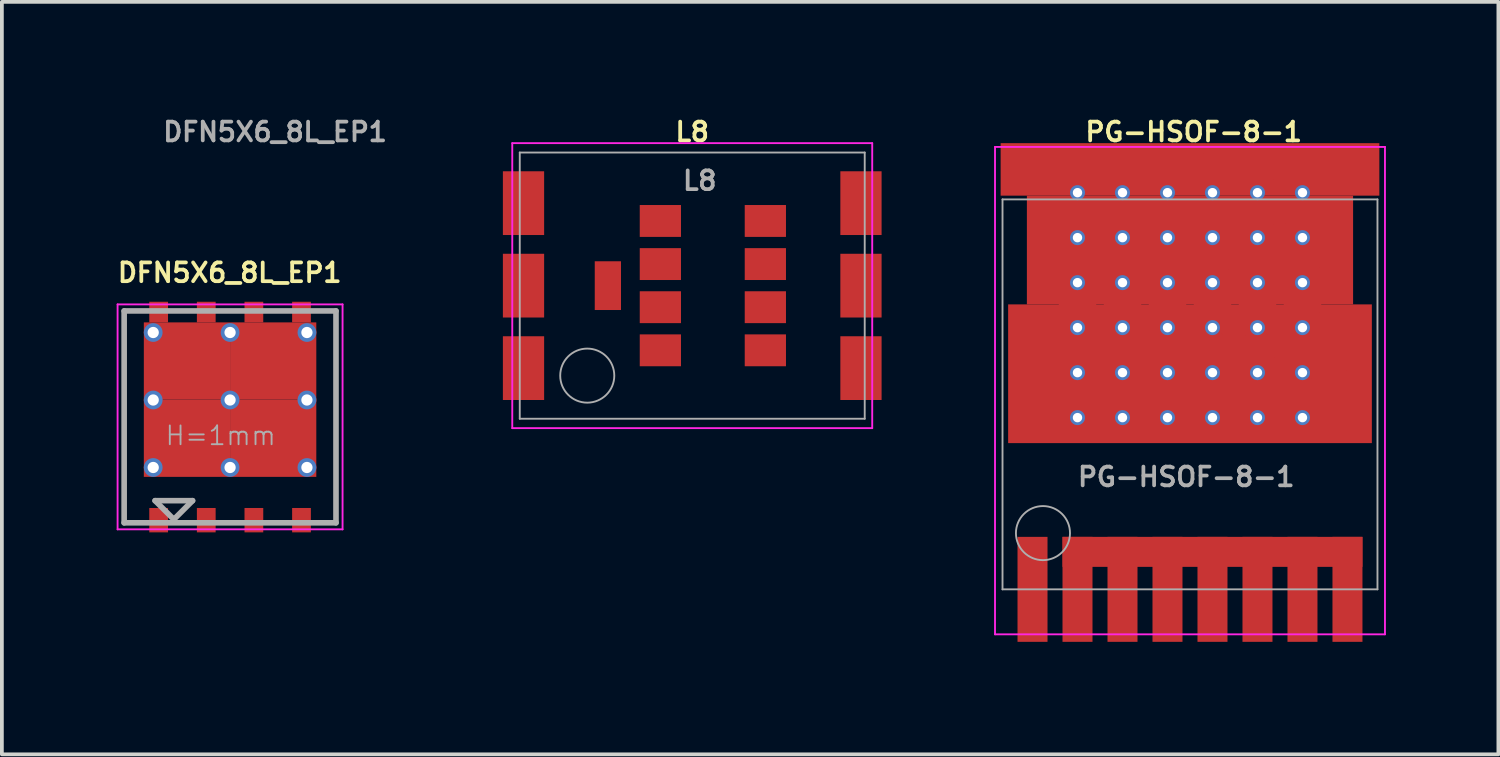
<source format=kicad_pcb>
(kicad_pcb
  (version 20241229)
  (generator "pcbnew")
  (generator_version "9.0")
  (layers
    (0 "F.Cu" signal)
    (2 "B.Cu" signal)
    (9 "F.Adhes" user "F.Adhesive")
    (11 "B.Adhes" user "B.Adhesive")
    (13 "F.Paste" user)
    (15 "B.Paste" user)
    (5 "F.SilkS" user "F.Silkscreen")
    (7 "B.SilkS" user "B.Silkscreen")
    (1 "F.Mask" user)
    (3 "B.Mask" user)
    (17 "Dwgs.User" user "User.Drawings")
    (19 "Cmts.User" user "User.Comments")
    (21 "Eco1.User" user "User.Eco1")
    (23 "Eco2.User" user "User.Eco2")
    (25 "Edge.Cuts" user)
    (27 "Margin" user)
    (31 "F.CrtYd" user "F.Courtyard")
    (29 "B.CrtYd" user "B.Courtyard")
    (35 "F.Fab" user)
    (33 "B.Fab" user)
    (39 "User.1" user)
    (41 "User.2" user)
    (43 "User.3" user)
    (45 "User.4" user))
  (footprint "DFN5X6_8L_EP1"
    (layer "F.Cu")
    (at 3.086 8.068)
    (property "Reference" "DFN5X6_8L_EP1" (at -0.01 -3.845 0) (layer "F.SilkS") (effects (font (size 0.5 0.5) (thickness 0.1))))
    (attr smd)
    (fp_line (start -3 3) (end -3 -3) (stroke (width 0.05) (type solid)) (layer "F.CrtYd"))
    (fp_line (start 3 -3) (end -3 -3) (stroke (width 0.05) (type solid)) (layer "F.CrtYd"))
    (fp_line (start 3 -3) (end 3 3) (stroke (width 0.05) (type solid)) (layer "F.CrtYd"))
    (fp_line (start 3 3) (end -3 3) (stroke (width 0.05) (type solid)) (layer "F.CrtYd"))
    (fp_line (start -2.825 -2.825) (end -2.825 2.825) (stroke (width 0.15) (type solid)) (layer "F.Fab"))
    (fp_line (start -2.825 2.825) (end 2.825 2.825) (stroke (width 0.15) (type solid)) (layer "F.Fab"))
    (fp_line (start -2 2.235) (end -1.5 2.735) (stroke (width 0.15) (type solid)) (layer "F.Fab"))
    (fp_line (start -1.5 2.735) (end -1 2.235) (stroke (width 0.15) (type solid)) (layer "F.Fab"))
    (fp_line (start -1 2.235) (end -2 2.235) (stroke (width 0.15) (type solid)) (layer "F.Fab"))
    (fp_line (start 2.825 -2.825) (end -2.825 -2.825) (stroke (width 0.15) (type solid)) (layer "F.Fab"))
    (fp_line (start 2.825 2.825) (end 2.825 -2.825) (stroke (width 0.15) (type solid)) (layer "F.Fab"))
    (fp_text user "H=1mm" (at -0.25 0.5 0) (layer "F.Fab") (effects (font (size 0.5 0.5) (thickness 0.05))))
    (fp_text user "${REFERENCE}" (at 1.2 -7.6 0) (layer "F.Fab") (effects (font (size 0.5 0.5) (thickness 0.1))))
    (pad "1" smd rect (at -1.905 2.755) (size 0.5 0.65) (layers "F.Cu" "F.Mask" "F.Paste"))
    (pad "1" smd rect (at -0.635 2.755) (size 0.5 0.65) (layers "F.Cu" "F.Mask" "F.Paste"))
    (pad "1" smd rect (at 0.635 2.755) (size 0.5 0.65) (layers "F.Cu" "F.Mask" "F.Paste"))
    (pad "4" smd rect (at 1.905 2.755) (size 0.5 0.65) (layers "F.Cu" "F.Mask" "F.Paste"))
    (pad "5" thru_hole circle (at -2.05 -2.25) (size 0.5 0.5) (drill 0.3) (layers "*.Cu"))
    (pad "5" thru_hole circle (at -2.05 -0.45) (size 0.5 0.5) (drill 0.3) (layers "*.Cu"))
    (pad "5" thru_hole circle (at -2.05 1.35) (size 0.5 0.5) (drill 0.3) (layers "*.Cu"))
    (pad "5" smd rect (at -1.905 -2.795) (size 0.5 0.55) (layers "F.Cu" "F.Mask" "F.Paste"))
    (pad "5" smd rect (at -1.15 -1.49) (size 2.3 2.06) (layers "F.Cu" "F.Mask" "F.Paste"))
    (pad "5" smd rect (at -1.15 0.57) (size 2.3 2.06) (layers "F.Cu" "F.Mask" "F.Paste"))
    (pad "5" smd rect (at -0.635 -2.795) (size 0.5 0.55) (layers "F.Cu" "F.Mask" "F.Paste"))
    (pad "5" thru_hole circle (at 0 -2.25) (size 0.5 0.5) (drill 0.3) (layers "*.Cu"))
    (pad "5" thru_hole circle (at 0 -0.45) (size 0.5 0.5) (drill 0.3) (layers "*.Cu"))
    (pad "5" thru_hole circle (at 0 1.35) (size 0.5 0.5) (drill 0.3) (layers "*.Cu"))
    (pad "5" smd rect (at 0.635 -2.795) (size 0.5 0.55) (layers "F.Cu" "F.Mask" "F.Paste"))
    (pad "5" smd rect (at 1.15 -1.49) (size 2.3 2.06) (layers "F.Cu" "F.Mask" "F.Paste"))
    (pad "5" smd rect (at 1.15 0.57) (size 2.3 2.06) (layers "F.Cu" "F.Mask" "F.Paste"))
    (pad "5" smd rect (at 1.905 -2.795) (size 0.5 0.55) (layers "F.Cu" "F.Mask" "F.Paste"))
    (pad "5" thru_hole circle (at 2.05 -2.25) (size 0.5 0.5) (drill 0.3) (layers "*.Cu"))
    (pad "5" thru_hole circle (at 2.05 -0.45) (size 0.5 0.5) (drill 0.3) (layers "*.Cu"))
    (pad "5" thru_hole circle (at 2.05 1.35) (size 0.5 0.5) (drill 0.3) (layers "*.Cu")))
  (footprint "PG-HSOF-8-1"
    (layer "F.Cu")
    (at 28.687 7.468)
    (property "Reference" "PG-HSOF-8-1" (at 0.1 -7 0) (layer "F.SilkS") (effects (font (size 0.5 0.5) (thickness 0.1))))
    (attr smd)
    (fp_line (start -5.2 -6.6) (end 5.2 -6.6) (stroke (width 0.05) (type solid)) (layer "F.CrtYd"))
    (fp_line (start -5.2 6.4) (end -5.2 -6.6) (stroke (width 0.05) (type solid)) (layer "F.CrtYd"))
    (fp_line (start 5.2 -6.6) (end 5.2 6.4) (stroke (width 0.05) (type solid)) (layer "F.CrtYd"))
    (fp_line (start 5.2 6.4) (end -5.2 6.4) (stroke (width 0.05) (type solid)) (layer "F.CrtYd"))
    (fp_line (start -5 -5.2) (end 5 -5.2) (stroke (width 0.05) (type solid)) (layer "F.Fab"))
    (fp_line (start -5 5.2) (end -5 -5.2) (stroke (width 0.05) (type solid)) (layer "F.Fab"))
    (fp_line (start 5 -5.2) (end 5 5.2) (stroke (width 0.05) (type solid)) (layer "F.Fab"))
    (fp_line (start 5 5.2) (end -5 5.2) (stroke (width 0.05) (type solid)) (layer "F.Fab"))
    (fp_circle (center -3.921 3.7) (end -3.321 3.3) (stroke (width 0.05) (type solid)) (fill no) (layer "F.Fab"))
    (fp_text user "${REFERENCE}" (at -0.1 2.2 0) (layer "F.Fab") (effects (font (size 0.5 0.5) (thickness 0.1))))
    (pad "D" smd circle (at -4.2 -5.93) (size 1 1) (layers "F.Cu" "F.Mask" "F.Paste"))
    (pad "D" smd circle (at -4.2 -1.13) (size 1 1) (layers "F.Cu" "F.Mask" "F.Paste"))
    (pad "D" smd circle (at -4.2 0.02) (size 1 1) (layers "F.Cu" "F.Mask" "F.Paste"))
    (pad "D" smd circle (at -3 -5.98) (size 1 1) (layers "F.Cu" "F.Paste"))
    (pad "D" thru_hole circle (at -3 -5.38) (size 0.4 0.4) (drill 0.25) (layers "*.Cu"))
    (pad "D" smd circle (at -3 -4.78) (size 1 1) (layers "F.Cu" "F.Paste"))
    (pad "D" thru_hole circle (at -3 -4.18) (size 0.4 0.4) (drill 0.25) (layers "*.Cu"))
    (pad "D" smd circle (at -3 -3.58) (size 1 1) (layers "F.Cu" "F.Paste"))
    (pad "D" thru_hole circle (at -3 -2.98) (size 0.4 0.4) (drill 0.25) (layers "*.Cu"))
    (pad "D" smd circle (at -3 -2.38) (size 1 1) (layers "F.Cu" "F.Paste"))
    (pad "D" thru_hole circle (at -3 -1.78) (size 0.4 0.4) (drill 0.25) (layers "*.Cu"))
    (pad "D" smd circle (at -3 -1.18) (size 1 1) (layers "F.Cu" "F.Paste"))
    (pad "D" thru_hole circle (at -3 -0.58) (size 0.4 0.4) (drill 0.25) (layers "*.Cu"))
    (pad "D" smd circle (at -3 0.02) (size 1 1) (layers "F.Cu" "F.Paste"))
    (pad "D" thru_hole circle (at -3 0.62) (size 0.4 0.4) (drill 0.25) (layers "*.Cu"))
    (pad "D" smd circle (at -1.8 -5.98) (size 1 1) (layers "F.Cu" "F.Paste"))
    (pad "D" thru_hole circle (at -1.8 -5.38) (size 0.4 0.4) (drill 0.25) (layers "*.Cu"))
    (pad "D" smd circle (at -1.8 -4.78) (size 1 1) (layers "F.Cu" "F.Paste"))
    (pad "D" thru_hole circle (at -1.8 -4.18) (size 0.4 0.4) (drill 0.25) (layers "*.Cu"))
    (pad "D" smd circle (at -1.8 -3.58) (size 1 1) (layers "F.Cu" "F.Paste"))
    (pad "D" thru_hole circle (at -1.8 -2.98) (size 0.4 0.4) (drill 0.25) (layers "*.Cu"))
    (pad "D" smd circle (at -1.8 -2.38) (size 1 1) (layers "F.Cu" "F.Paste"))
    (pad "D" thru_hole circle (at -1.8 -1.78) (size 0.4 0.4) (drill 0.25) (layers "*.Cu"))
    (pad "D" smd circle (at -1.8 -1.18) (size 1 1) (layers "F.Cu" "F.Paste"))
    (pad "D" thru_hole circle (at -1.8 -0.58) (size 0.4 0.4) (drill 0.25) (layers "*.Cu"))
    (pad "D" smd circle (at -1.8 0.02) (size 1 1) (layers "F.Cu" "F.Paste"))
    (pad "D" thru_hole circle (at -1.8 0.62) (size 0.4 0.4) (drill 0.25) (layers "*.Cu"))
    (pad "D" smd circle (at -0.6 -5.98) (size 1 1) (layers "F.Cu" "F.Paste"))
    (pad "D" thru_hole circle (at -0.6 -5.38) (size 0.4 0.4) (drill 0.25) (layers "*.Cu"))
    (pad "D" smd circle (at -0.6 -4.78) (size 1 1) (layers "F.Cu" "F.Paste"))
    (pad "D" thru_hole circle (at -0.6 -4.18) (size 0.4 0.4) (drill 0.25) (layers "*.Cu"))
    (pad "D" smd circle (at -0.6 -3.58) (size 1 1) (layers "F.Cu" "F.Paste"))
    (pad "D" thru_hole circle (at -0.6 -2.98) (size 0.4 0.4) (drill 0.25) (layers "*.Cu"))
    (pad "D" smd circle (at -0.6 -2.38) (size 1 1) (layers "F.Cu" "F.Paste"))
    (pad "D" thru_hole circle (at -0.6 -1.78) (size 0.4 0.4) (drill 0.25) (layers "*.Cu"))
    (pad "D" smd circle (at -0.6 -1.18) (size 1 1) (layers "F.Cu" "F.Paste"))
    (pad "D" thru_hole circle (at -0.6 -0.58) (size 0.4 0.4) (drill 0.25) (layers "*.Cu"))
    (pad "D" smd circle (at -0.6 0.02) (size 1 1) (layers "F.Cu" "F.Paste"))
    (pad "D" thru_hole circle (at -0.6 0.62) (size 0.4 0.4) (drill 0.25) (layers "*.Cu"))
    (pad "D" smd rect (at 0 -6) (size 10.1 1.4) (layers "F.Cu" "F.Mask"))
    (pad "D" smd rect (at 0 -3.85) (size 8.7 2.9) (layers "F.Cu" "F.Mask"))
    (pad "D" smd rect (at 0 -0.55) (size 9.7 3.7) (layers "F.Cu" "F.Mask"))
    (pad "D" smd circle (at 0.6 -5.98) (size 1 1) (layers "F.Cu" "F.Paste"))
    (pad "D" thru_hole circle (at 0.6 -5.38) (size 0.4 0.4) (drill 0.25) (layers "*.Cu"))
    (pad "D" smd circle (at 0.6 -4.78) (size 1 1) (layers "F.Cu" "F.Paste"))
    (pad "D" thru_hole circle (at 0.6 -4.18) (size 0.4 0.4) (drill 0.25) (layers "*.Cu"))
    (pad "D" smd circle (at 0.6 -3.58) (size 1 1) (layers "F.Cu" "F.Paste"))
    (pad "D" thru_hole circle (at 0.6 -2.98) (size 0.4 0.4) (drill 0.25) (layers "*.Cu"))
    (pad "D" smd circle (at 0.6 -2.38) (size 1 1) (layers "F.Cu" "F.Paste"))
    (pad "D" thru_hole circle (at 0.6 -1.78) (size 0.4 0.4) (drill 0.25) (layers "*.Cu"))
    (pad "D" smd circle (at 0.6 -1.18) (size 1 1) (layers "F.Cu" "F.Paste"))
    (pad "D" thru_hole circle (at 0.6 -0.58) (size 0.4 0.4) (drill 0.25) (layers "*.Cu"))
    (pad "D" smd circle (at 0.6 0.02) (size 1 1) (layers "F.Cu" "F.Paste"))
    (pad "D" thru_hole circle (at 0.6 0.62) (size 0.4 0.4) (drill 0.25) (layers "*.Cu"))
    (pad "D" smd circle (at 1.8 -5.98) (size 1 1) (layers "F.Cu" "F.Paste"))
    (pad "D" thru_hole circle (at 1.8 -5.38) (size 0.4 0.4) (drill 0.25) (layers "*.Cu"))
    (pad "D" smd circle (at 1.8 -4.78) (size 1 1) (layers "F.Cu" "F.Paste"))
    (pad "D" thru_hole circle (at 1.8 -4.18) (size 0.4 0.4) (drill 0.25) (layers "*.Cu"))
    (pad "D" smd circle (at 1.8 -3.58) (size 1 1) (layers "F.Cu" "F.Paste"))
    (pad "D" thru_hole circle (at 1.8 -2.98) (size 0.4 0.4) (drill 0.25) (layers "*.Cu"))
    (pad "D" smd circle (at 1.8 -2.38) (size 1 1) (layers "F.Cu" "F.Paste"))
    (pad "D" thru_hole circle (at 1.8 -1.78) (size 0.4 0.4) (drill 0.25) (layers "*.Cu"))
    (pad "D" smd circle (at 1.8 -1.18) (size 1 1) (layers "F.Cu" "F.Paste"))
    (pad "D" thru_hole circle (at 1.8 -0.58) (size 0.4 0.4) (drill 0.25) (layers "*.Cu"))
    (pad "D" smd circle (at 1.8 0.02) (size 1 1) (layers "F.Cu" "F.Paste"))
    (pad "D" thru_hole circle (at 1.8 0.62) (size 0.4 0.4) (drill 0.25) (layers "*.Cu"))
    (pad "D" smd circle (at 3 -5.98) (size 1 1) (layers "F.Cu" "F.Paste"))
    (pad "D" thru_hole circle (at 3 -5.38) (size 0.4 0.4) (drill 0.25) (layers "*.Cu"))
    (pad "D" smd circle (at 3 -4.78) (size 1 1) (layers "F.Cu" "F.Paste"))
    (pad "D" thru_hole circle (at 3 -4.18) (size 0.4 0.4) (drill 0.25) (layers "*.Cu"))
    (pad "D" smd circle (at 3 -3.58) (size 1 1) (layers "F.Cu" "F.Paste"))
    (pad "D" thru_hole circle (at 3 -2.98) (size 0.4 0.4) (drill 0.25) (layers "*.Cu"))
    (pad "D" smd circle (at 3 -2.38) (size 1 1) (layers "F.Cu" "F.Paste"))
    (pad "D" thru_hole circle (at 3 -1.78) (size 0.4 0.4) (drill 0.25) (layers "*.Cu"))
    (pad "D" smd circle (at 3 -1.18) (size 1 1) (layers "F.Cu" "F.Paste"))
    (pad "D" thru_hole circle (at 3 -0.58) (size 0.4 0.4) (drill 0.25) (layers "*.Cu"))
    (pad "D" smd circle (at 3 0.02) (size 1 1) (layers "F.Cu" "F.Paste"))
    (pad "D" thru_hole circle (at 3 0.62) (size 0.4 0.4) (drill 0.25) (layers "*.Cu"))
    (pad "D" smd circle (at 4.2 -5.93) (size 1 1) (layers "F.Cu" "F.Mask" "F.Paste"))
    (pad "D" smd circle (at 4.2 -1.13) (size 1 1) (layers "F.Cu" "F.Mask" "F.Paste"))
    (pad "D" smd circle (at 4.2 0.02) (size 1 1) (layers "F.Cu" "F.Mask" "F.Paste"))
    (pad "G" smd rect (at -4.2 5.2) (size 0.8 2.8) (layers "F.Cu" "F.Mask" "F.Paste"))
    (pad "S" smd rect (at -3 5.2) (size 0.8 2.8) (layers "F.Cu" "F.Mask" "F.Paste"))
    (pad "S" smd rect (at -1.8 5.2) (size 0.8 2.8) (layers "F.Cu" "F.Mask" "F.Paste"))
    (pad "S" smd rect (at -0.6 5.2) (size 0.8 2.8) (layers "F.Cu" "F.Mask" "F.Paste"))
    (pad "S" smd rect (at 0.6 4.2) (size 8 0.8) (layers "F.Cu" "F.Mask"))
    (pad "S" smd rect (at 0.6 5.2) (size 0.8 2.8) (layers "F.Cu" "F.Mask" "F.Paste"))
    (pad "S" smd rect (at 1.8 5.2) (size 0.8 2.8) (layers "F.Cu" "F.Mask" "F.Paste"))
    (pad "S" smd rect (at 3 5.2) (size 0.8 2.8) (layers "F.Cu" "F.Mask" "F.Paste"))
    (pad "S" smd rect (at 4.2 5.2) (size 0.8 2.8) (layers "F.Cu" "F.Mask" "F.Paste")))
  (footprint "L8"
    (layer "F.Cu")
    (at 15.412 4.568)
    (property "Reference" "L8" (at 0 -4.1 0) (layer "F.SilkS") (effects (font (size 0.5 0.5) (thickness 0.1))))
    (attr smd)
    (fp_line (start -4.8 -3.8) (end 4.8 -3.8) (stroke (width 0.05) (type solid)) (layer "F.CrtYd"))
    (fp_line (start -4.8 3.8) (end -4.8 -3.8) (stroke (width 0.05) (type solid)) (layer "F.CrtYd"))
    (fp_line (start 4.8 -3.8) (end 4.8 3.8) (stroke (width 0.05) (type solid)) (layer "F.CrtYd"))
    (fp_line (start 4.8 3.8) (end -4.8 3.8) (stroke (width 0.05) (type solid)) (layer "F.CrtYd"))
    (fp_line (start -4.6 -3.55) (end 4.6 -3.55) (stroke (width 0.05) (type solid)) (layer "F.Fab"))
    (fp_line (start -4.6 3.55) (end -4.6 -3.55) (stroke (width 0.05) (type solid)) (layer "F.Fab"))
    (fp_line (start 4.6 -3.55) (end 4.6 3.55) (stroke (width 0.05) (type solid)) (layer "F.Fab"))
    (fp_line (start 4.6 3.55) (end -4.6 3.55) (stroke (width 0.05) (type solid)) (layer "F.Fab"))
    (fp_circle (center -2.8 2.4) (end -2.2 2) (stroke (width 0.05) (type solid)) (fill no) (layer "F.Fab"))
    (fp_text user "${REFERENCE}" (at 0.2 -2.8 0) (layer "F.Fab") (effects (font (size 0.5 0.5) (thickness 0.1))))
    (pad "D" connect rect (at -4.5 -2.2) (size 1.1 1.7) (layers "F.Cu" "F.Mask"))
    (pad "D" connect rect (at -4.5 0) (size 1.1 1.7) (layers "F.Cu" "F.Mask"))
    (pad "D" connect rect (at -4.5 2.2) (size 1.1 1.7) (layers "F.Cu" "F.Mask"))
    (pad "D" connect rect (at 4.5 -2.2) (size 1.1 1.7) (layers "F.Cu" "F.Mask"))
    (pad "D" connect rect (at 4.5 0) (size 1.1 1.7) (layers "F.Cu" "F.Mask"))
    (pad "D" connect rect (at 4.5 2.2) (size 1.1 1.7) (layers "F.Cu" "F.Mask"))
    (pad "G" connect rect (at -2.25 0) (size 0.7 1.3) (layers "F.Cu" "F.Mask"))
    (pad "S" connect rect (at -0.85 -1.725) (size 1.1 0.85) (layers "F.Cu" "F.Mask"))
    (pad "S" connect rect (at -0.85 -0.575) (size 1.1 0.85) (layers "F.Cu" "F.Mask"))
    (pad "S" connect rect (at -0.85 0.575) (size 1.1 0.85) (layers "F.Cu" "F.Mask"))
    (pad "S" connect rect (at -0.85 1.725) (size 1.1 0.85) (layers "F.Cu" "F.Mask"))
    (pad "S" connect rect (at 1.95 -1.725) (size 1.1 0.85) (layers "F.Cu" "F.Mask"))
    (pad "S" connect rect (at 1.95 -0.575) (size 1.1 0.85) (layers "F.Cu" "F.Mask"))
    (pad "S" connect rect (at 1.95 0.575) (size 1.1 0.85) (layers "F.Cu" "F.Mask"))
    (pad "S" connect rect (at 1.95 1.725) (size 1.1 0.85) (layers "F.Cu" "F.Mask")))
  (gr_rect
    (start -3 -3)
    (end 36.912 17.068)
    (stroke (width 0.1) (type default))
    (fill no)
    (layer "Edge.Cuts")))
</source>
